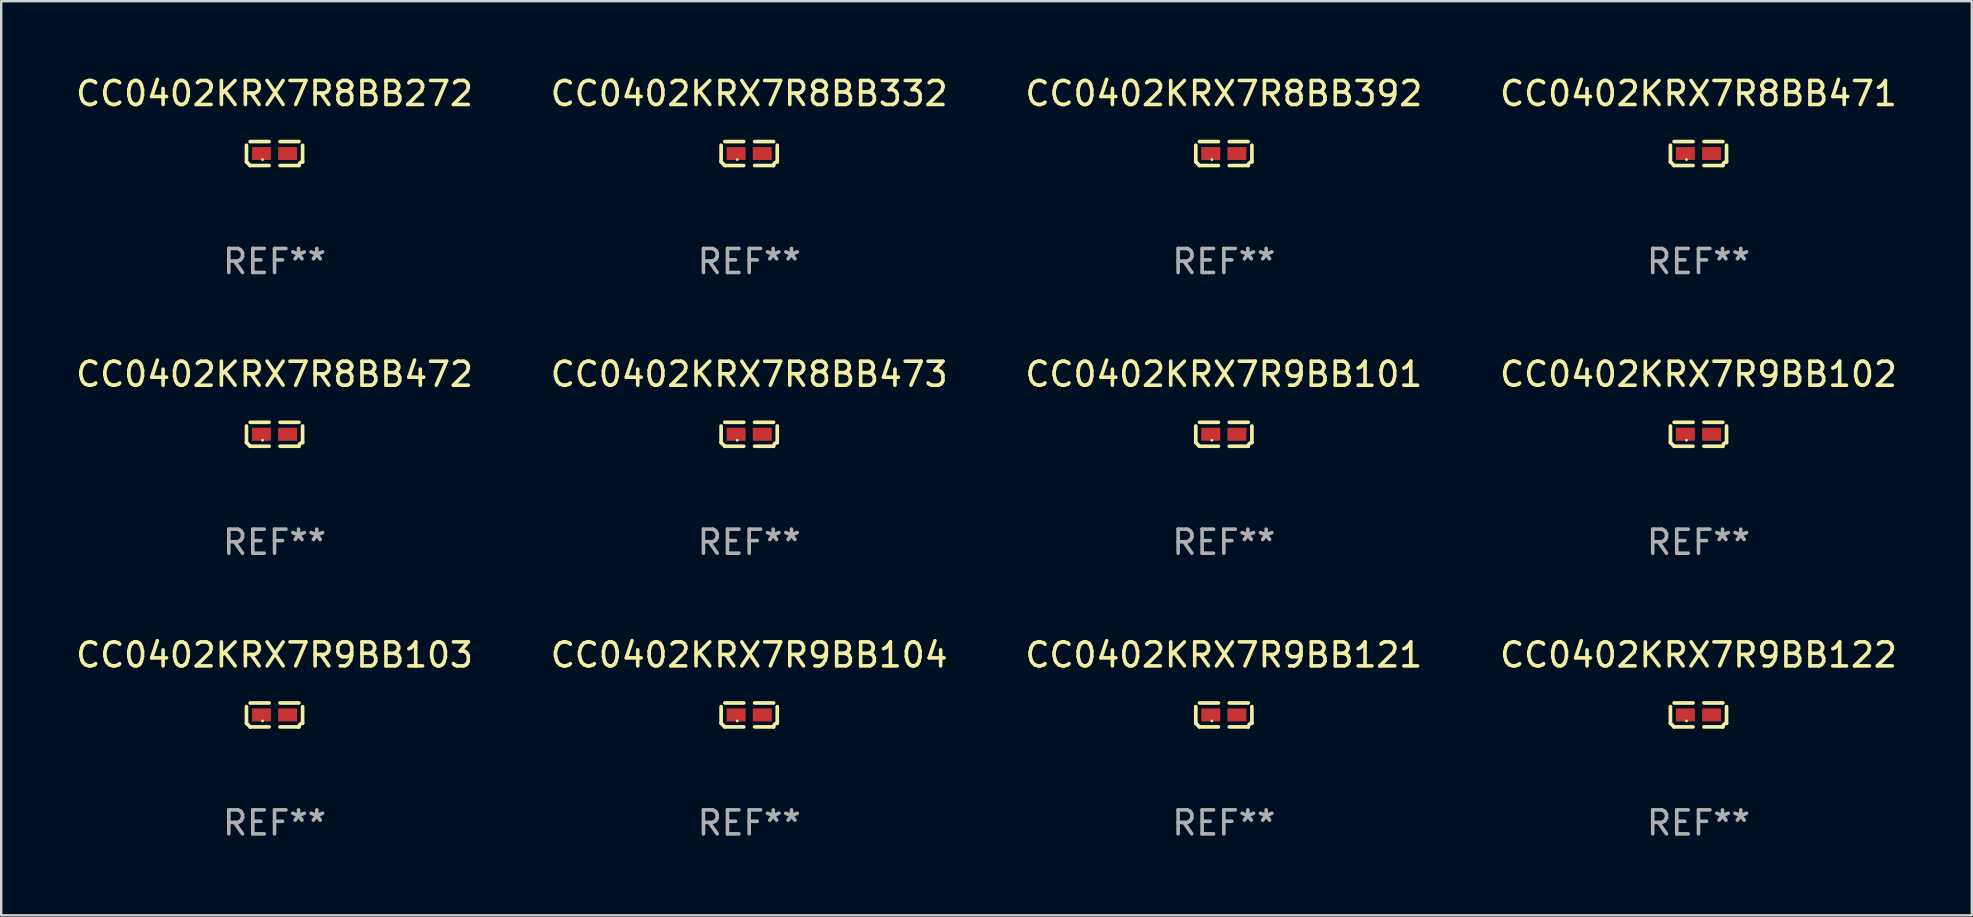
<source format=kicad_pcb>
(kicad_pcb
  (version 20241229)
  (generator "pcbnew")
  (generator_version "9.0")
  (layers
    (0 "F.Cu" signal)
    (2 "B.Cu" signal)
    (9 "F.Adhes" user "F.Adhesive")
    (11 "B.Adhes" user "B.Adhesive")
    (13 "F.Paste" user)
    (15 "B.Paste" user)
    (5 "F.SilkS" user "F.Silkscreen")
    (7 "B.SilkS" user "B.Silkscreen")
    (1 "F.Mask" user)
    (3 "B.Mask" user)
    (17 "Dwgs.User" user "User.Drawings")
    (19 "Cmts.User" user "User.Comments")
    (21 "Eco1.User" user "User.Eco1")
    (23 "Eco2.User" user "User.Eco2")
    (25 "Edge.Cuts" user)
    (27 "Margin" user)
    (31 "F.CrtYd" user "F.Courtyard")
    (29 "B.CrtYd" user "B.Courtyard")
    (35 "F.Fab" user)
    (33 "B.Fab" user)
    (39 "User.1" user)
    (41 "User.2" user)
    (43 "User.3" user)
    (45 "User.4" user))
  (footprint "CC0402KRX7R9BB101"
    (layer "F.Cu")
    (at 47.935 15.041)
    (property "Reference" "CC0402KRX7R9BB101" (at 0 -2.499 0) (layer "F.SilkS") (effects (font (size 1 1) (thickness 0.15))))
    (attr through_hole)
    (fp_line (start -1.169 0.346) (end -1.169 -0.346) (stroke (width 0.152) (type solid)) (layer "F.SilkS"))
    (fp_line (start -1.016 -0.499) (end -0.226 -0.499) (stroke (width 0.152) (type solid)) (layer "F.SilkS"))
    (fp_line (start -0.226 0.499) (end -1.016 0.499) (stroke (width 0.152) (type solid)) (layer "F.SilkS"))
    (fp_line (start 0.226 0.499) (end 1.016 0.499) (stroke (width 0.152) (type solid)) (layer "F.SilkS"))
    (fp_line (start 1.016 -0.499) (end 0.226 -0.499) (stroke (width 0.152) (type solid)) (layer "F.SilkS"))
    (fp_line (start 1.169 0.346) (end 1.169 -0.346) (stroke (width 0.152) (type solid)) (layer "F.SilkS"))
    (fp_arc (start -1.016307 0.498603) (mid -1.092512 0.422405) (end -1.16871 0.3462) (stroke (width 0.1524) (type solid)) (layer "F.SilkS"))
    (fp_arc (start 1.016307 0.498603) (mid 1.060899 0.390758) (end 1.168707 0.346076) (stroke (width 0.1524) (type solid)) (layer "F.SilkS"))
    (fp_circle (center -0.5 0.25) (end -0.47 0.25) (stroke (width 0.06) (type solid)) (fill no) (layer "F.SilkS"))
    (fp_text user "REF**" (at 0 4.499 0) (layer "F.Fab") (effects (font (size 1 1) (thickness 0.15))))
    (pad "1" smd rect (at -0.545 0) (size 0.79 0.54) (layers "F.Cu" "F.Mask" "F.Paste"))
    (pad "2" smd rect (at 0.545 0) (size 0.79 0.54) (layers "F.Cu" "F.Mask" "F.Paste")))
  (footprint "CC0402KRX7R8BB472"
    (layer "F.Cu")
    (at 8.387 15.041)
    (property "Reference" "CC0402KRX7R8BB472" (at 0 -2.499 0) (layer "F.SilkS") (effects (font (size 1 1) (thickness 0.15))))
    (attr through_hole)
    (fp_line (start -1.169 0.346) (end -1.169 -0.346) (stroke (width 0.152) (type solid)) (layer "F.SilkS"))
    (fp_line (start -1.016 -0.499) (end -0.226 -0.499) (stroke (width 0.152) (type solid)) (layer "F.SilkS"))
    (fp_line (start -0.226 0.499) (end -1.016 0.499) (stroke (width 0.152) (type solid)) (layer "F.SilkS"))
    (fp_line (start 0.226 0.499) (end 1.016 0.499) (stroke (width 0.152) (type solid)) (layer "F.SilkS"))
    (fp_line (start 1.016 -0.499) (end 0.226 -0.499) (stroke (width 0.152) (type solid)) (layer "F.SilkS"))
    (fp_line (start 1.169 0.346) (end 1.169 -0.346) (stroke (width 0.152) (type solid)) (layer "F.SilkS"))
    (fp_arc (start -1.016307 0.498603) (mid -1.092512 0.422405) (end -1.16871 0.3462) (stroke (width 0.1524) (type solid)) (layer "F.SilkS"))
    (fp_arc (start 1.016307 0.498603) (mid 1.060899 0.390758) (end 1.168707 0.346076) (stroke (width 0.1524) (type solid)) (layer "F.SilkS"))
    (fp_circle (center -0.5 0.25) (end -0.47 0.25) (stroke (width 0.06) (type solid)) (fill no) (layer "F.SilkS"))
    (fp_text user "REF**" (at 0 4.499 0) (layer "F.Fab") (effects (font (size 1 1) (thickness 0.15))))
    (pad "1" smd rect (at -0.545 0) (size 0.79 0.54) (layers "F.Cu" "F.Mask" "F.Paste"))
    (pad "2" smd rect (at 0.545 0) (size 0.79 0.54) (layers "F.Cu" "F.Mask" "F.Paste")))
  (footprint "CC0402KRX7R8BB272"
    (layer "F.Cu")
    (at 8.387 3.347)
    (property "Reference" "CC0402KRX7R8BB272" (at 0 -2.499 0) (layer "F.SilkS") (effects (font (size 1 1) (thickness 0.15))))
    (attr through_hole)
    (fp_line (start -1.169 0.346) (end -1.169 -0.346) (stroke (width 0.152) (type solid)) (layer "F.SilkS"))
    (fp_line (start -1.016 -0.499) (end -0.226 -0.499) (stroke (width 0.152) (type solid)) (layer "F.SilkS"))
    (fp_line (start -0.226 0.499) (end -1.016 0.499) (stroke (width 0.152) (type solid)) (layer "F.SilkS"))
    (fp_line (start 0.226 0.499) (end 1.016 0.499) (stroke (width 0.152) (type solid)) (layer "F.SilkS"))
    (fp_line (start 1.016 -0.499) (end 0.226 -0.499) (stroke (width 0.152) (type solid)) (layer "F.SilkS"))
    (fp_line (start 1.169 0.346) (end 1.169 -0.346) (stroke (width 0.152) (type solid)) (layer "F.SilkS"))
    (fp_arc (start -1.016307 0.498603) (mid -1.092512 0.422405) (end -1.16871 0.3462) (stroke (width 0.1524) (type solid)) (layer "F.SilkS"))
    (fp_arc (start 1.016307 0.498603) (mid 1.060899 0.390758) (end 1.168707 0.346076) (stroke (width 0.1524) (type solid)) (layer "F.SilkS"))
    (fp_circle (center -0.5 0.25) (end -0.47 0.25) (stroke (width 0.06) (type solid)) (fill no) (layer "F.SilkS"))
    (fp_text user "REF**" (at 0 4.499 0) (layer "F.Fab") (effects (font (size 1 1) (thickness 0.15))))
    (pad "1" smd rect (at -0.545 0) (size 0.79 0.54) (layers "F.Cu" "F.Mask" "F.Paste"))
    (pad "2" smd rect (at 0.545 0) (size 0.79 0.54) (layers "F.Cu" "F.Mask" "F.Paste")))
  (footprint "CC0402KRX7R8BB473"
    (layer "F.Cu")
    (at 28.161 15.041)
    (property "Reference" "CC0402KRX7R8BB473" (at 0 -2.499 0) (layer "F.SilkS") (effects (font (size 1 1) (thickness 0.15))))
    (attr through_hole)
    (fp_line (start -1.169 0.346) (end -1.169 -0.346) (stroke (width 0.152) (type solid)) (layer "F.SilkS"))
    (fp_line (start -1.016 -0.499) (end -0.226 -0.499) (stroke (width 0.152) (type solid)) (layer "F.SilkS"))
    (fp_line (start -0.226 0.499) (end -1.016 0.499) (stroke (width 0.152) (type solid)) (layer "F.SilkS"))
    (fp_line (start 0.226 0.499) (end 1.016 0.499) (stroke (width 0.152) (type solid)) (layer "F.SilkS"))
    (fp_line (start 1.016 -0.499) (end 0.226 -0.499) (stroke (width 0.152) (type solid)) (layer "F.SilkS"))
    (fp_line (start 1.169 0.346) (end 1.169 -0.346) (stroke (width 0.152) (type solid)) (layer "F.SilkS"))
    (fp_arc (start -1.016307 0.498603) (mid -1.092512 0.422405) (end -1.16871 0.3462) (stroke (width 0.1524) (type solid)) (layer "F.SilkS"))
    (fp_arc (start 1.016307 0.498603) (mid 1.060899 0.390758) (end 1.168707 0.346076) (stroke (width 0.1524) (type solid)) (layer "F.SilkS"))
    (fp_circle (center -0.5 0.25) (end -0.47 0.25) (stroke (width 0.06) (type solid)) (fill no) (layer "F.SilkS"))
    (fp_text user "REF**" (at 0 4.499 0) (layer "F.Fab") (effects (font (size 1 1) (thickness 0.15))))
    (pad "1" smd rect (at -0.545 0) (size 0.79 0.54) (layers "F.Cu" "F.Mask" "F.Paste"))
    (pad "2" smd rect (at 0.545 0) (size 0.79 0.54) (layers "F.Cu" "F.Mask" "F.Paste")))
  (footprint "CC0402KRX7R8BB471"
    (layer "F.Cu")
    (at 67.708 3.347)
    (property "Reference" "CC0402KRX7R8BB471" (at 0 -2.499 0) (layer "F.SilkS") (effects (font (size 1 1) (thickness 0.15))))
    (attr through_hole)
    (fp_line (start -1.169 0.346) (end -1.169 -0.346) (stroke (width 0.152) (type solid)) (layer "F.SilkS"))
    (fp_line (start -1.016 -0.499) (end -0.226 -0.499) (stroke (width 0.152) (type solid)) (layer "F.SilkS"))
    (fp_line (start -0.226 0.499) (end -1.016 0.499) (stroke (width 0.152) (type solid)) (layer "F.SilkS"))
    (fp_line (start 0.226 0.499) (end 1.016 0.499) (stroke (width 0.152) (type solid)) (layer "F.SilkS"))
    (fp_line (start 1.016 -0.499) (end 0.226 -0.499) (stroke (width 0.152) (type solid)) (layer "F.SilkS"))
    (fp_line (start 1.169 0.346) (end 1.169 -0.346) (stroke (width 0.152) (type solid)) (layer "F.SilkS"))
    (fp_arc (start -1.016307 0.498603) (mid -1.092512 0.422405) (end -1.16871 0.3462) (stroke (width 0.1524) (type solid)) (layer "F.SilkS"))
    (fp_arc (start 1.016307 0.498603) (mid 1.060899 0.390758) (end 1.168707 0.346076) (stroke (width 0.1524) (type solid)) (layer "F.SilkS"))
    (fp_circle (center -0.5 0.25) (end -0.47 0.25) (stroke (width 0.06) (type solid)) (fill no) (layer "F.SilkS"))
    (fp_text user "REF**" (at 0 4.499 0) (layer "F.Fab") (effects (font (size 1 1) (thickness 0.15))))
    (pad "1" smd rect (at -0.545 0) (size 0.79 0.54) (layers "F.Cu" "F.Mask" "F.Paste"))
    (pad "2" smd rect (at 0.545 0) (size 0.79 0.54) (layers "F.Cu" "F.Mask" "F.Paste")))
  (footprint "CC0402KRX7R8BB332"
    (layer "F.Cu")
    (at 28.161 3.347)
    (property "Reference" "CC0402KRX7R8BB332" (at 0 -2.499 0) (layer "F.SilkS") (effects (font (size 1 1) (thickness 0.15))))
    (attr through_hole)
    (fp_line (start -1.169 0.346) (end -1.169 -0.346) (stroke (width 0.152) (type solid)) (layer "F.SilkS"))
    (fp_line (start -1.016 -0.499) (end -0.226 -0.499) (stroke (width 0.152) (type solid)) (layer "F.SilkS"))
    (fp_line (start -0.226 0.499) (end -1.016 0.499) (stroke (width 0.152) (type solid)) (layer "F.SilkS"))
    (fp_line (start 0.226 0.499) (end 1.016 0.499) (stroke (width 0.152) (type solid)) (layer "F.SilkS"))
    (fp_line (start 1.016 -0.499) (end 0.226 -0.499) (stroke (width 0.152) (type solid)) (layer "F.SilkS"))
    (fp_line (start 1.169 0.346) (end 1.169 -0.346) (stroke (width 0.152) (type solid)) (layer "F.SilkS"))
    (fp_arc (start -1.016307 0.498603) (mid -1.092512 0.422405) (end -1.16871 0.3462) (stroke (width 0.1524) (type solid)) (layer "F.SilkS"))
    (fp_arc (start 1.016307 0.498603) (mid 1.060899 0.390758) (end 1.168707 0.346076) (stroke (width 0.1524) (type solid)) (layer "F.SilkS"))
    (fp_circle (center -0.5 0.25) (end -0.47 0.25) (stroke (width 0.06) (type solid)) (fill no) (layer "F.SilkS"))
    (fp_text user "REF**" (at 0 4.499 0) (layer "F.Fab") (effects (font (size 1 1) (thickness 0.15))))
    (pad "1" smd rect (at -0.545 0) (size 0.79 0.54) (layers "F.Cu" "F.Mask" "F.Paste"))
    (pad "2" smd rect (at 0.545 0) (size 0.79 0.54) (layers "F.Cu" "F.Mask" "F.Paste")))
  (footprint "CC0402KRX7R9BB122"
    (layer "F.Cu")
    (at 67.708 26.734)
    (property "Reference" "CC0402KRX7R9BB122" (at 0 -2.499 0) (layer "F.SilkS") (effects (font (size 1 1) (thickness 0.15))))
    (attr through_hole)
    (fp_line (start -1.169 0.346) (end -1.169 -0.346) (stroke (width 0.152) (type solid)) (layer "F.SilkS"))
    (fp_line (start -1.016 -0.499) (end -0.226 -0.499) (stroke (width 0.152) (type solid)) (layer "F.SilkS"))
    (fp_line (start -0.226 0.499) (end -1.016 0.499) (stroke (width 0.152) (type solid)) (layer "F.SilkS"))
    (fp_line (start 0.226 0.499) (end 1.016 0.499) (stroke (width 0.152) (type solid)) (layer "F.SilkS"))
    (fp_line (start 1.016 -0.499) (end 0.226 -0.499) (stroke (width 0.152) (type solid)) (layer "F.SilkS"))
    (fp_line (start 1.169 0.346) (end 1.169 -0.346) (stroke (width 0.152) (type solid)) (layer "F.SilkS"))
    (fp_arc (start -1.016307 0.498603) (mid -1.092512 0.422405) (end -1.16871 0.3462) (stroke (width 0.1524) (type solid)) (layer "F.SilkS"))
    (fp_arc (start 1.016307 0.498603) (mid 1.060899 0.390758) (end 1.168707 0.346076) (stroke (width 0.1524) (type solid)) (layer "F.SilkS"))
    (fp_circle (center -0.5 0.25) (end -0.47 0.25) (stroke (width 0.06) (type solid)) (fill no) (layer "F.SilkS"))
    (fp_text user "REF**" (at 0 4.499 0) (layer "F.Fab") (effects (font (size 1 1) (thickness 0.15))))
    (pad "1" smd rect (at -0.545 0) (size 0.79 0.54) (layers "F.Cu" "F.Mask" "F.Paste"))
    (pad "2" smd rect (at 0.545 0) (size 0.79 0.54) (layers "F.Cu" "F.Mask" "F.Paste")))
  (footprint "CC0402KRX7R9BB103"
    (layer "F.Cu")
    (at 8.387 26.734)
    (property "Reference" "CC0402KRX7R9BB103" (at 0 -2.499 0) (layer "F.SilkS") (effects (font (size 1 1) (thickness 0.15))))
    (attr through_hole)
    (fp_line (start -1.169 0.346) (end -1.169 -0.346) (stroke (width 0.152) (type solid)) (layer "F.SilkS"))
    (fp_line (start -1.016 -0.499) (end -0.226 -0.499) (stroke (width 0.152) (type solid)) (layer "F.SilkS"))
    (fp_line (start -0.226 0.499) (end -1.016 0.499) (stroke (width 0.152) (type solid)) (layer "F.SilkS"))
    (fp_line (start 0.226 0.499) (end 1.016 0.499) (stroke (width 0.152) (type solid)) (layer "F.SilkS"))
    (fp_line (start 1.016 -0.499) (end 0.226 -0.499) (stroke (width 0.152) (type solid)) (layer "F.SilkS"))
    (fp_line (start 1.169 0.346) (end 1.169 -0.346) (stroke (width 0.152) (type solid)) (layer "F.SilkS"))
    (fp_arc (start -1.016307 0.498603) (mid -1.092512 0.422405) (end -1.16871 0.3462) (stroke (width 0.1524) (type solid)) (layer "F.SilkS"))
    (fp_arc (start 1.016307 0.498603) (mid 1.060899 0.390758) (end 1.168707 0.346076) (stroke (width 0.1524) (type solid)) (layer "F.SilkS"))
    (fp_circle (center -0.5 0.25) (end -0.47 0.25) (stroke (width 0.06) (type solid)) (fill no) (layer "F.SilkS"))
    (fp_text user "REF**" (at 0 4.499 0) (layer "F.Fab") (effects (font (size 1 1) (thickness 0.15))))
    (pad "1" smd rect (at -0.545 0) (size 0.79 0.54) (layers "F.Cu" "F.Mask" "F.Paste"))
    (pad "2" smd rect (at 0.545 0) (size 0.79 0.54) (layers "F.Cu" "F.Mask" "F.Paste")))
  (footprint "CC0402KRX7R9BB104"
    (layer "F.Cu")
    (at 28.161 26.734)
    (property "Reference" "CC0402KRX7R9BB104" (at 0 -2.499 0) (layer "F.SilkS") (effects (font (size 1 1) (thickness 0.15))))
    (attr through_hole)
    (fp_line (start -1.169 0.346) (end -1.169 -0.346) (stroke (width 0.152) (type solid)) (layer "F.SilkS"))
    (fp_line (start -1.016 -0.499) (end -0.226 -0.499) (stroke (width 0.152) (type solid)) (layer "F.SilkS"))
    (fp_line (start -0.226 0.499) (end -1.016 0.499) (stroke (width 0.152) (type solid)) (layer "F.SilkS"))
    (fp_line (start 0.226 0.499) (end 1.016 0.499) (stroke (width 0.152) (type solid)) (layer "F.SilkS"))
    (fp_line (start 1.016 -0.499) (end 0.226 -0.499) (stroke (width 0.152) (type solid)) (layer "F.SilkS"))
    (fp_line (start 1.169 0.346) (end 1.169 -0.346) (stroke (width 0.152) (type solid)) (layer "F.SilkS"))
    (fp_arc (start -1.016307 0.498603) (mid -1.092512 0.422405) (end -1.16871 0.3462) (stroke (width 0.1524) (type solid)) (layer "F.SilkS"))
    (fp_arc (start 1.016307 0.498603) (mid 1.060899 0.390758) (end 1.168707 0.346076) (stroke (width 0.1524) (type solid)) (layer "F.SilkS"))
    (fp_circle (center -0.5 0.25) (end -0.47 0.25) (stroke (width 0.06) (type solid)) (fill no) (layer "F.SilkS"))
    (fp_text user "REF**" (at 0 4.499 0) (layer "F.Fab") (effects (font (size 1 1) (thickness 0.15))))
    (pad "1" smd rect (at -0.545 0) (size 0.79 0.54) (layers "F.Cu" "F.Mask" "F.Paste"))
    (pad "2" smd rect (at 0.545 0) (size 0.79 0.54) (layers "F.Cu" "F.Mask" "F.Paste")))
  (footprint "CC0402KRX7R9BB102"
    (layer "F.Cu")
    (at 67.708 15.041)
    (property "Reference" "CC0402KRX7R9BB102" (at 0 -2.499 0) (layer "F.SilkS") (effects (font (size 1 1) (thickness 0.15))))
    (attr through_hole)
    (fp_line (start -1.169 0.346) (end -1.169 -0.346) (stroke (width 0.152) (type solid)) (layer "F.SilkS"))
    (fp_line (start -1.016 -0.499) (end -0.226 -0.499) (stroke (width 0.152) (type solid)) (layer "F.SilkS"))
    (fp_line (start -0.226 0.499) (end -1.016 0.499) (stroke (width 0.152) (type solid)) (layer "F.SilkS"))
    (fp_line (start 0.226 0.499) (end 1.016 0.499) (stroke (width 0.152) (type solid)) (layer "F.SilkS"))
    (fp_line (start 1.016 -0.499) (end 0.226 -0.499) (stroke (width 0.152) (type solid)) (layer "F.SilkS"))
    (fp_line (start 1.169 0.346) (end 1.169 -0.346) (stroke (width 0.152) (type solid)) (layer "F.SilkS"))
    (fp_arc (start -1.016307 0.498603) (mid -1.092512 0.422405) (end -1.16871 0.3462) (stroke (width 0.1524) (type solid)) (layer "F.SilkS"))
    (fp_arc (start 1.016307 0.498603) (mid 1.060899 0.390758) (end 1.168707 0.346076) (stroke (width 0.1524) (type solid)) (layer "F.SilkS"))
    (fp_circle (center -0.5 0.25) (end -0.47 0.25) (stroke (width 0.06) (type solid)) (fill no) (layer "F.SilkS"))
    (fp_text user "REF**" (at 0 4.499 0) (layer "F.Fab") (effects (font (size 1 1) (thickness 0.15))))
    (pad "1" smd rect (at -0.545 0) (size 0.79 0.54) (layers "F.Cu" "F.Mask" "F.Paste"))
    (pad "2" smd rect (at 0.545 0) (size 0.79 0.54) (layers "F.Cu" "F.Mask" "F.Paste")))
  (footprint "CC0402KRX7R8BB392"
    (layer "F.Cu")
    (at 47.935 3.347)
    (property "Reference" "CC0402KRX7R8BB392" (at 0 -2.499 0) (layer "F.SilkS") (effects (font (size 1 1) (thickness 0.15))))
    (attr through_hole)
    (fp_line (start -1.169 0.346) (end -1.169 -0.346) (stroke (width 0.152) (type solid)) (layer "F.SilkS"))
    (fp_line (start -1.016 -0.499) (end -0.226 -0.499) (stroke (width 0.152) (type solid)) (layer "F.SilkS"))
    (fp_line (start -0.226 0.499) (end -1.016 0.499) (stroke (width 0.152) (type solid)) (layer "F.SilkS"))
    (fp_line (start 0.226 0.499) (end 1.016 0.499) (stroke (width 0.152) (type solid)) (layer "F.SilkS"))
    (fp_line (start 1.016 -0.499) (end 0.226 -0.499) (stroke (width 0.152) (type solid)) (layer "F.SilkS"))
    (fp_line (start 1.169 0.346) (end 1.169 -0.346) (stroke (width 0.152) (type solid)) (layer "F.SilkS"))
    (fp_arc (start -1.016307 0.498603) (mid -1.092512 0.422405) (end -1.16871 0.3462) (stroke (width 0.1524) (type solid)) (layer "F.SilkS"))
    (fp_arc (start 1.016307 0.498603) (mid 1.060899 0.390758) (end 1.168707 0.346076) (stroke (width 0.1524) (type solid)) (layer "F.SilkS"))
    (fp_circle (center -0.5 0.25) (end -0.47 0.25) (stroke (width 0.06) (type solid)) (fill no) (layer "F.SilkS"))
    (fp_text user "REF**" (at 0 4.499 0) (layer "F.Fab") (effects (font (size 1 1) (thickness 0.15))))
    (pad "1" smd rect (at -0.545 0) (size 0.79 0.54) (layers "F.Cu" "F.Mask" "F.Paste"))
    (pad "2" smd rect (at 0.545 0) (size 0.79 0.54) (layers "F.Cu" "F.Mask" "F.Paste")))
  (footprint "CC0402KRX7R9BB121"
    (layer "F.Cu")
    (at 47.935 26.734)
    (property "Reference" "CC0402KRX7R9BB121" (at 0 -2.499 0) (layer "F.SilkS") (effects (font (size 1 1) (thickness 0.15))))
    (attr through_hole)
    (fp_line (start -1.169 0.346) (end -1.169 -0.346) (stroke (width 0.152) (type solid)) (layer "F.SilkS"))
    (fp_line (start -1.016 -0.499) (end -0.226 -0.499) (stroke (width 0.152) (type solid)) (layer "F.SilkS"))
    (fp_line (start -0.226 0.499) (end -1.016 0.499) (stroke (width 0.152) (type solid)) (layer "F.SilkS"))
    (fp_line (start 0.226 0.499) (end 1.016 0.499) (stroke (width 0.152) (type solid)) (layer "F.SilkS"))
    (fp_line (start 1.016 -0.499) (end 0.226 -0.499) (stroke (width 0.152) (type solid)) (layer "F.SilkS"))
    (fp_line (start 1.169 0.346) (end 1.169 -0.346) (stroke (width 0.152) (type solid)) (layer "F.SilkS"))
    (fp_arc (start -1.016307 0.498603) (mid -1.092512 0.422405) (end -1.16871 0.3462) (stroke (width 0.1524) (type solid)) (layer "F.SilkS"))
    (fp_arc (start 1.016307 0.498603) (mid 1.060899 0.390758) (end 1.168707 0.346076) (stroke (width 0.1524) (type solid)) (layer "F.SilkS"))
    (fp_circle (center -0.5 0.25) (end -0.47 0.25) (stroke (width 0.06) (type solid)) (fill no) (layer "F.SilkS"))
    (fp_text user "REF**" (at 0 4.499 0) (layer "F.Fab") (effects (font (size 1 1) (thickness 0.15))))
    (pad "1" smd rect (at -0.545 0) (size 0.79 0.54) (layers "F.Cu" "F.Mask" "F.Paste"))
    (pad "2" smd rect (at 0.545 0) (size 0.79 0.54) (layers "F.Cu" "F.Mask" "F.Paste")))
  (gr_rect
    (start -3 -3)
    (end 79.095 35.081)
    (stroke (width 0.1) (type default))
    (fill no)
    (layer "Edge.Cuts")))
</source>
